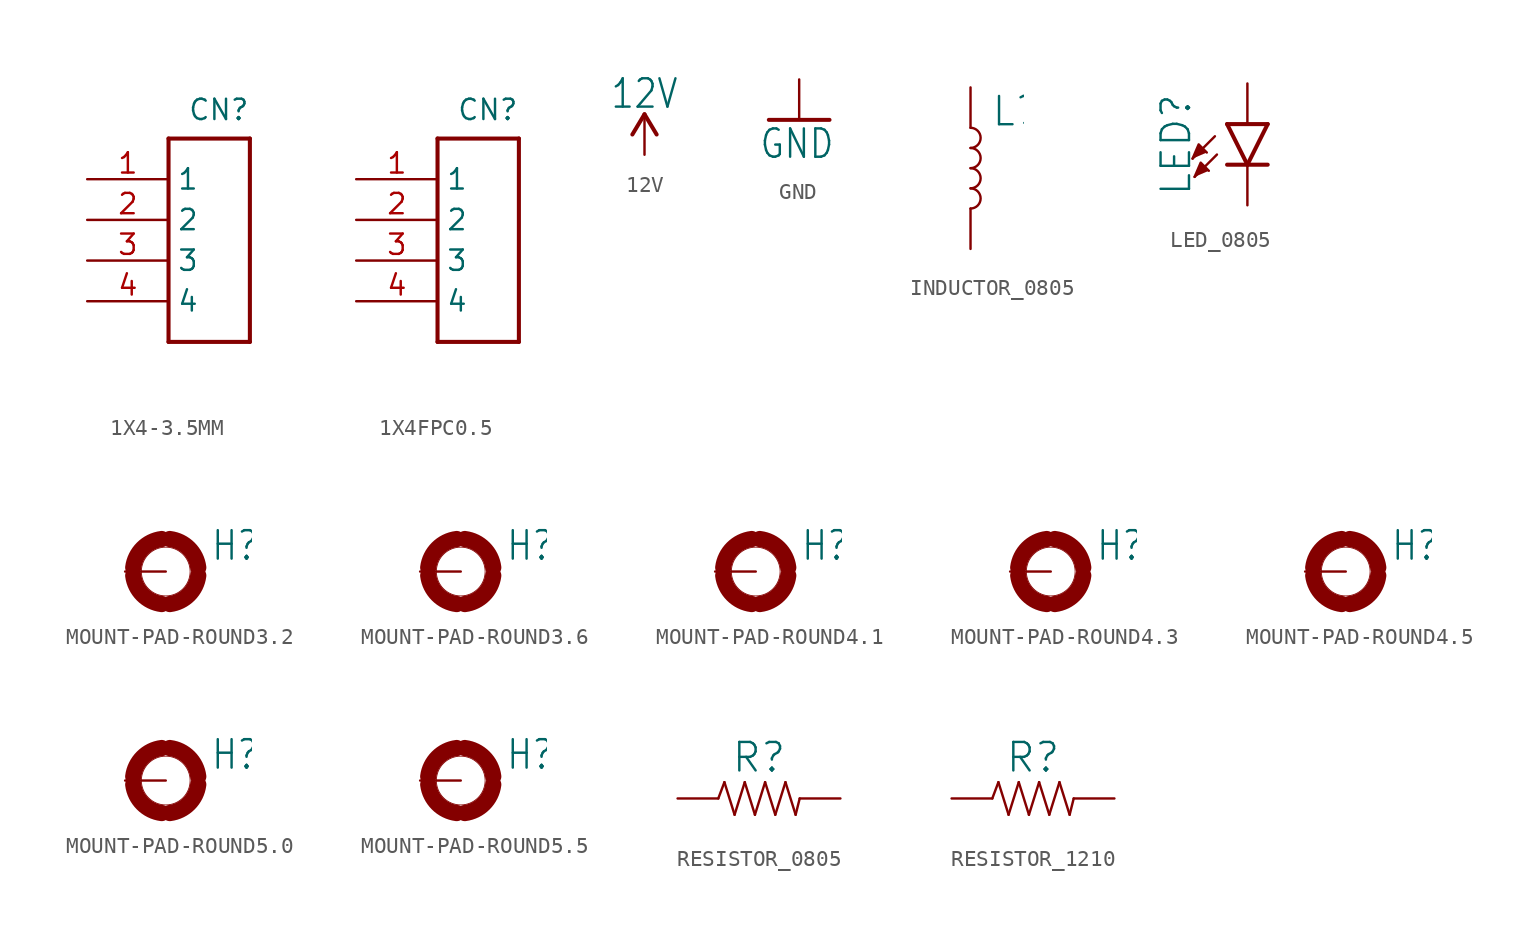
<source format=kicad_sym>
(kicad_symbol_lib
  (version 20220914)
  (generator kicad_symbol_editor)
  (symbol "1X4-3.5MM"
    (property "Reference" "CN"
      (at 5.08 7.62 0)
      (effects (font (size 1.27 1.27)) (justify right top)))
    (property "Value" ""
      (at 0 -10.16 0)
      (effects (font (size 1.27 1.27)) (justify left bottom)))
    (property "ki_locked" ""
      (at 0 0 0)
      (effects (font (size 1.27 1.27))))
    (symbol "1X4-3.5MM_1_0"
      (polyline (pts (xy 0 -7.62) (xy 0 5.08)) (stroke (width 0.254) (type solid)) (fill (type none)))
      (polyline (pts (xy 0 5.08) (xy 5.08 5.08)) (stroke (width 0.254) (type solid)) (fill (type none)))
      (polyline (pts (xy 5.08 -7.62) (xy 0 -7.62)) (stroke (width 0.254) (type solid)) (fill (type none)))
      (polyline (pts (xy 5.08 5.08) (xy 5.08 -7.62)) (stroke (width 0.254) (type solid)) (fill (type none)))
      (pin bidirectional line (at -5.08 2.54 0) (length 5.08) (name "1" (effects (font (size 1.27 1.27)))) (number "1" (effects (font (size 1.27 1.27)))))
      (pin bidirectional line (at -5.08 0 0) (length 5.08) (name "2" (effects (font (size 1.27 1.27)))) (number "2" (effects (font (size 1.27 1.27)))))
      (pin bidirectional line (at -5.08 -2.54 0) (length 5.08) (name "3" (effects (font (size 1.27 1.27)))) (number "3" (effects (font (size 1.27 1.27)))))
      (pin bidirectional line (at -5.08 -5.08 0) (length 5.08) (name "4" (effects (font (size 1.27 1.27)))) (number "4" (effects (font (size 1.27 1.27)))))))
  (symbol "1X4FPC0.5"
    (property "Reference" "CN"
      (at 5.08 7.62 0)
      (effects (font (size 1.27 1.27)) (justify right top)))
    (property "Value" ""
      (at 0 -10.16 0)
      (effects (font (size 1.27 1.27)) (justify left bottom)))
    (property "ki_locked" ""
      (at 0 0 0)
      (effects (font (size 1.27 1.27))))
    (symbol "1X4FPC0.5_1_0"
      (polyline (pts (xy 0 -7.62) (xy 0 5.08)) (stroke (width 0.254) (type solid)) (fill (type none)))
      (polyline (pts (xy 0 5.08) (xy 5.08 5.08)) (stroke (width 0.254) (type solid)) (fill (type none)))
      (polyline (pts (xy 5.08 -7.62) (xy 0 -7.62)) (stroke (width 0.254) (type solid)) (fill (type none)))
      (polyline (pts (xy 5.08 5.08) (xy 5.08 -7.62)) (stroke (width 0.254) (type solid)) (fill (type none)))
      (pin bidirectional line (at -5.08 2.54 0) (length 5.08) (name "1" (effects (font (size 1.27 1.27)))) (number "1" (effects (font (size 1.27 1.27)))))
      (pin bidirectional line (at -5.08 0 0) (length 5.08) (name "2" (effects (font (size 1.27 1.27)))) (number "2" (effects (font (size 1.27 1.27)))))
      (pin bidirectional line (at -5.08 -2.54 0) (length 5.08) (name "3" (effects (font (size 1.27 1.27)))) (number "3" (effects (font (size 1.27 1.27)))))
      (pin bidirectional line (at -5.08 -5.08 0) (length 5.08) (name "4" (effects (font (size 1.27 1.27)))) (number "4" (effects (font (size 1.27 1.27)))))))
  (symbol "12V"
    (power)
    (property "Reference" "#SUPPLY"
      (at 0 0 0)
      (effects (font (size 1.27 1.27)) hide))
    (property "Value" "12V"
      (at 0 2.794 0)
      (effects (font (size 1.778 1.511)) (justify bottom)))
    (property "ki_locked" ""
      (at 0 0 0)
      (effects (font (size 1.27 1.27))))
    (symbol "12V_1_0"
      (polyline (pts (xy 0 2.54) (xy -0.762 1.27)) (stroke (width 0.254) (type solid)) (fill (type none)))
      (polyline (pts (xy 0.762 1.27) (xy 0 2.54)) (stroke (width 0.254) (type solid)) (fill (type none)))
      (pin power_in line (at 0 0 90) (length 2.54) (name "12V" (effects (font (size 0 0)))) (number "1" (effects (font (size 0 0)))))))
  (symbol "GND"
    (power)
    (property "Reference" "#GND"
      (at 0 0 0)
      (effects (font (size 1.27 1.27)) hide))
    (property "Value" "GND"
      (at -2.54 -2.54 0)
      (effects (font (size 1.778 1.511)) (justify left bottom)))
    (property "ki_locked" ""
      (at 0 0 0)
      (effects (font (size 1.27 1.27))))
    (symbol "GND_1_0"
      (polyline (pts (xy -1.905 0) (xy 1.905 0)) (stroke (width 0.254) (type solid)) (fill (type none)))
      (pin power_in line (at 0 2.54 270) (length 2.54) (name "GND" (effects (font (size 0 0)))) (number "1" (effects (font (size 0 0)))))))
  (symbol "INDUCTOR_0805"
    (property "Reference" "L"
      (at 1.27 2.54 0)
      (effects (font (size 1.778 1.778)) (justify left bottom)))
    (property "Value" ""
      (at 1.27 -2.54 0)
      (effects (font (size 1.778 1.778)) (justify left top)))
    (property "ki_locked" ""
      (at 0 0 0)
      (effects (font (size 1.27 1.27))))
    (symbol "INDUCTOR_0805_1_0"
      (arc (start 0 -2.54) (mid 0.635 -1.905) (end 0 -1.27) (stroke (width 0.1524) (type solid)) (fill (type none)))
      (arc (start 0 -1.27) (mid 0.635 -0.635) (end 0 0) (stroke (width 0.1524) (type solid)) (fill (type none)))
      (arc (start 0 0) (mid 0.635 0.635) (end 0 1.27) (stroke (width 0.1524) (type solid)) (fill (type none)))
      (arc (start 0 1.27) (mid 0.635 1.905) (end 0 2.54) (stroke (width 0.1524) (type solid)) (fill (type none)))
      (pin passive line (at 0 5.08 270) (length 2.54) (name "1" (effects (font (size 0 0)))) (number "1" (effects (font (size 0 0)))))
      (pin passive line (at 0 -5.08 90) (length 2.54) (name "2" (effects (font (size 0 0)))) (number "2" (effects (font (size 0 0)))))))
  (symbol "LED_0805"
    (property "Reference" "LED"
      (at -3.429 -4.572 90)
      (effects (font (size 1.778 1.778)) (justify left bottom)))
    (property "Value" ""
      (at 1.905 -4.572 90)
      (effects (font (size 1.778 1.778)) (justify left top)))
    (property "ki_locked" ""
      (at 0 0 0)
      (effects (font (size 1.27 1.27))))
    (symbol "LED_0805_1_0"
      (polyline (pts (xy -2.032 -0.762) (xy -3.429 -2.159)) (stroke (width 0.152) (type solid)) (fill (type none)))
      (polyline (pts (xy -1.905 -1.905) (xy -3.302 -3.302)) (stroke (width 0.152) (type solid)) (fill (type none)))
      (polyline (pts (xy 0 -2.54) (xy -1.27 -2.54)) (stroke (width 0.254) (type solid)) (fill (type none)))
      (polyline (pts (xy 0 -2.54) (xy -1.27 0)) (stroke (width 0.254) (type solid)) (fill (type none)))
      (polyline (pts (xy 1.27 -2.54) (xy 0 -2.54)) (stroke (width 0.254) (type solid)) (fill (type none)))
      (polyline (pts (xy 1.27 0) (xy -1.27 0)) (stroke (width 0.254) (type solid)) (fill (type none)))
      (polyline (pts (xy 1.27 0) (xy 0 -2.54)) (stroke (width 0.254) (type solid)) (fill (type none)))
      (polyline (pts (xy -3.429 -2.159) (xy -3.048 -1.27) (xy -2.54 -1.778)) (stroke (width 0.152) (type solid)) (fill (type outline)))
      (polyline (pts (xy -3.302 -3.302) (xy -2.921 -2.413) (xy -2.413 -2.921)) (stroke (width 0.152) (type solid)) (fill (type outline)))
      (pin passive line (at 0 2.54 270) (length 2.54) (name "A" (effects (font (size 0 0)))) (number "1" (effects (font (size 0 0)))))
      (pin passive line (at 0 -5.08 90) (length 2.54) (name "C" (effects (font (size 0 0)))) (number "2" (effects (font (size 0 0)))))))
  (symbol "MOUNT-PAD-ROUND3.2"
    (property "Reference" "H"
      (at 2.794 0.584 0)
      (effects (font (size 1.778 1.511)) (justify left bottom)))
    (property "Value" ""
      (at 2.794 -2.464 0)
      (effects (font (size 1.778 1.511)) (justify left bottom)))
    (property "ki_locked" ""
      (at 0 0 0)
      (effects (font (size 1.27 1.27))))
    (symbol "MOUNT-PAD-ROUND3.2_1_0"
      (arc (start -2.032 -0.254) (mid -1.448 -1.448) (end -0.254 -2.032) (stroke (width 1.016) (type solid)) (fill (type none)))
      (arc (start -0.254 2.032) (mid -1.448 1.448) (end -2.032 0.254) (stroke (width 1.016) (type solid)) (fill (type none)))
      (circle (center 0 0) (radius 1.524) (stroke (width 0.051) (type solid)) (fill (type none)))
      (arc (start 0.254 -2.032) (mid 1.448 -1.448) (end 2.032 -0.254) (stroke (width 1.016) (type solid)) (fill (type none)))
      (arc (start 2.032 0.254) (mid 1.448 1.448) (end 0.254 2.032) (stroke (width 1.016) (type solid)) (fill (type none)))
      (pin passive line (at -2.54 0 0) (length 2.54) (name "MOUNT" (effects (font (size 0 0)))) (number "B3,2" (effects (font (size 0 0)))))))
  (symbol "MOUNT-PAD-ROUND3.6"
    (property "Reference" "H"
      (at 2.794 0.584 0)
      (effects (font (size 1.778 1.511)) (justify left bottom)))
    (property "Value" ""
      (at 2.794 -2.464 0)
      (effects (font (size 1.778 1.511)) (justify left bottom)))
    (property "ki_locked" ""
      (at 0 0 0)
      (effects (font (size 1.27 1.27))))
    (symbol "MOUNT-PAD-ROUND3.6_1_0"
      (arc (start -2.032 -0.254) (mid -1.448 -1.448) (end -0.254 -2.032) (stroke (width 1.016) (type solid)) (fill (type none)))
      (arc (start -0.254 2.032) (mid -1.448 1.448) (end -2.032 0.254) (stroke (width 1.016) (type solid)) (fill (type none)))
      (circle (center 0 0) (radius 1.524) (stroke (width 0.051) (type solid)) (fill (type none)))
      (arc (start 0.254 -2.032) (mid 1.448 -1.448) (end 2.032 -0.254) (stroke (width 1.016) (type solid)) (fill (type none)))
      (arc (start 2.032 0.254) (mid 1.448 1.448) (end 0.254 2.032) (stroke (width 1.016) (type solid)) (fill (type none)))
      (pin passive line (at -2.54 0 0) (length 2.54) (name "MOUNT" (effects (font (size 0 0)))) (number "B3,6" (effects (font (size 0 0)))))))
  (symbol "MOUNT-PAD-ROUND4.1"
    (property "Reference" "H"
      (at 2.794 0.584 0)
      (effects (font (size 1.778 1.511)) (justify left bottom)))
    (property "Value" ""
      (at 2.794 -2.464 0)
      (effects (font (size 1.778 1.511)) (justify left bottom)))
    (property "ki_locked" ""
      (at 0 0 0)
      (effects (font (size 1.27 1.27))))
    (symbol "MOUNT-PAD-ROUND4.1_1_0"
      (arc (start -2.032 -0.254) (mid -1.448 -1.448) (end -0.254 -2.032) (stroke (width 1.016) (type solid)) (fill (type none)))
      (arc (start -0.254 2.032) (mid -1.448 1.448) (end -2.032 0.254) (stroke (width 1.016) (type solid)) (fill (type none)))
      (circle (center 0 0) (radius 1.524) (stroke (width 0.051) (type solid)) (fill (type none)))
      (arc (start 0.254 -2.032) (mid 1.448 -1.448) (end 2.032 -0.254) (stroke (width 1.016) (type solid)) (fill (type none)))
      (arc (start 2.032 0.254) (mid 1.448 1.448) (end 0.254 2.032) (stroke (width 1.016) (type solid)) (fill (type none)))
      (pin passive line (at -2.54 0 0) (length 2.54) (name "MOUNT" (effects (font (size 0 0)))) (number "B4,1" (effects (font (size 0 0)))))))
  (symbol "MOUNT-PAD-ROUND4.3"
    (property "Reference" "H"
      (at 2.794 0.584 0)
      (effects (font (size 1.778 1.511)) (justify left bottom)))
    (property "Value" ""
      (at 2.794 -2.464 0)
      (effects (font (size 1.778 1.511)) (justify left bottom)))
    (property "ki_locked" ""
      (at 0 0 0)
      (effects (font (size 1.27 1.27))))
    (symbol "MOUNT-PAD-ROUND4.3_1_0"
      (arc (start -2.032 -0.254) (mid -1.448 -1.448) (end -0.254 -2.032) (stroke (width 1.016) (type solid)) (fill (type none)))
      (arc (start -0.254 2.032) (mid -1.448 1.448) (end -2.032 0.254) (stroke (width 1.016) (type solid)) (fill (type none)))
      (circle (center 0 0) (radius 1.524) (stroke (width 0.051) (type solid)) (fill (type none)))
      (arc (start 0.254 -2.032) (mid 1.448 -1.448) (end 2.032 -0.254) (stroke (width 1.016) (type solid)) (fill (type none)))
      (arc (start 2.032 0.254) (mid 1.448 1.448) (end 0.254 2.032) (stroke (width 1.016) (type solid)) (fill (type none)))
      (pin passive line (at -2.54 0 0) (length 2.54) (name "MOUNT" (effects (font (size 0 0)))) (number "B4,3" (effects (font (size 0 0)))))))
  (symbol "MOUNT-PAD-ROUND4.5"
    (property "Reference" "H"
      (at 2.794 0.584 0)
      (effects (font (size 1.778 1.511)) (justify left bottom)))
    (property "Value" ""
      (at 2.794 -2.464 0)
      (effects (font (size 1.778 1.511)) (justify left bottom)))
    (property "ki_locked" ""
      (at 0 0 0)
      (effects (font (size 1.27 1.27))))
    (symbol "MOUNT-PAD-ROUND4.5_1_0"
      (arc (start -2.032 -0.254) (mid -1.448 -1.448) (end -0.254 -2.032) (stroke (width 1.016) (type solid)) (fill (type none)))
      (arc (start -0.254 2.032) (mid -1.448 1.448) (end -2.032 0.254) (stroke (width 1.016) (type solid)) (fill (type none)))
      (circle (center 0 0) (radius 1.524) (stroke (width 0.051) (type solid)) (fill (type none)))
      (arc (start 0.254 -2.032) (mid 1.448 -1.448) (end 2.032 -0.254) (stroke (width 1.016) (type solid)) (fill (type none)))
      (arc (start 2.032 0.254) (mid 1.448 1.448) (end 0.254 2.032) (stroke (width 1.016) (type solid)) (fill (type none)))
      (pin passive line (at -2.54 0 0) (length 2.54) (name "MOUNT" (effects (font (size 0 0)))) (number "B4,5" (effects (font (size 0 0)))))))
  (symbol "MOUNT-PAD-ROUND5.0"
    (property "Reference" "H"
      (at 2.794 0.584 0)
      (effects (font (size 1.778 1.511)) (justify left bottom)))
    (property "Value" ""
      (at 2.794 -2.464 0)
      (effects (font (size 1.778 1.511)) (justify left bottom)))
    (property "ki_locked" ""
      (at 0 0 0)
      (effects (font (size 1.27 1.27))))
    (symbol "MOUNT-PAD-ROUND5.0_1_0"
      (arc (start -2.032 -0.254) (mid -1.448 -1.448) (end -0.254 -2.032) (stroke (width 1.016) (type solid)) (fill (type none)))
      (arc (start -0.254 2.032) (mid -1.448 1.448) (end -2.032 0.254) (stroke (width 1.016) (type solid)) (fill (type none)))
      (circle (center 0 0) (radius 1.524) (stroke (width 0.051) (type solid)) (fill (type none)))
      (arc (start 0.254 -2.032) (mid 1.448 -1.448) (end 2.032 -0.254) (stroke (width 1.016) (type solid)) (fill (type none)))
      (arc (start 2.032 0.254) (mid 1.448 1.448) (end 0.254 2.032) (stroke (width 1.016) (type solid)) (fill (type none)))
      (pin passive line (at -2.54 0 0) (length 2.54) (name "MOUNT" (effects (font (size 0 0)))) (number "B5" (effects (font (size 0 0)))))))
  (symbol "MOUNT-PAD-ROUND5.5"
    (property "Reference" "H"
      (at 2.794 0.584 0)
      (effects (font (size 1.778 1.511)) (justify left bottom)))
    (property "Value" ""
      (at 2.794 -2.464 0)
      (effects (font (size 1.778 1.511)) (justify left bottom)))
    (property "ki_locked" ""
      (at 0 0 0)
      (effects (font (size 1.27 1.27))))
    (symbol "MOUNT-PAD-ROUND5.5_1_0"
      (arc (start -2.032 -0.254) (mid -1.448 -1.448) (end -0.254 -2.032) (stroke (width 1.016) (type solid)) (fill (type none)))
      (arc (start -0.254 2.032) (mid -1.448 1.448) (end -2.032 0.254) (stroke (width 1.016) (type solid)) (fill (type none)))
      (circle (center 0 0) (radius 1.524) (stroke (width 0.051) (type solid)) (fill (type none)))
      (arc (start 0.254 -2.032) (mid 1.448 -1.448) (end 2.032 -0.254) (stroke (width 1.016) (type solid)) (fill (type none)))
      (arc (start 2.032 0.254) (mid 1.448 1.448) (end 0.254 2.032) (stroke (width 1.016) (type solid)) (fill (type none)))
      (pin passive line (at -2.54 0 0) (length 2.54) (name "MOUNT" (effects (font (size 0 0)))) (number "B5,5" (effects (font (size 0 0)))))))
  (symbol "RESISTOR_0805"
    (property "Reference" "R"
      (at 0 1.524 0)
      (effects (font (size 1.778 1.778)) (justify bottom)))
    (property "Value" ""
      (at 0 -1.524 0)
      (effects (font (size 1.778 1.778)) (justify top)))
    (property "ki_locked" ""
      (at 0 0 0)
      (effects (font (size 1.27 1.27))))
    (symbol "RESISTOR_0805_1_0"
      (polyline (pts (xy -2.54 0) (xy -2.159 1.016)) (stroke (width 0.152) (type solid)) (fill (type none)))
      (polyline (pts (xy -2.159 1.016) (xy -1.524 -1.016)) (stroke (width 0.152) (type solid)) (fill (type none)))
      (polyline (pts (xy -1.524 -1.016) (xy -0.889 1.016)) (stroke (width 0.152) (type solid)) (fill (type none)))
      (polyline (pts (xy -0.889 1.016) (xy -0.254 -1.016)) (stroke (width 0.152) (type solid)) (fill (type none)))
      (polyline (pts (xy -0.254 -1.016) (xy 0.381 1.016)) (stroke (width 0.152) (type solid)) (fill (type none)))
      (polyline (pts (xy 0.381 1.016) (xy 1.016 -1.016)) (stroke (width 0.152) (type solid)) (fill (type none)))
      (polyline (pts (xy 1.016 -1.016) (xy 1.651 1.016)) (stroke (width 0.152) (type solid)) (fill (type none)))
      (polyline (pts (xy 1.651 1.016) (xy 2.286 -1.016)) (stroke (width 0.152) (type solid)) (fill (type none)))
      (polyline (pts (xy 2.286 -1.016) (xy 2.54 0)) (stroke (width 0.152) (type solid)) (fill (type none)))
      (pin passive line (at -5.08 0 0) (length 2.54) (name "1" (effects (font (size 0 0)))) (number "1" (effects (font (size 0 0)))))
      (pin passive line (at 5.08 0 180) (length 2.54) (name "2" (effects (font (size 0 0)))) (number "2" (effects (font (size 0 0)))))))
  (symbol "RESISTOR_1210"
    (property "Reference" "R"
      (at 0 1.524 0)
      (effects (font (size 1.778 1.778)) (justify bottom)))
    (property "Value" ""
      (at 0 -1.524 0)
      (effects (font (size 1.778 1.778)) (justify top)))
    (property "ki_locked" ""
      (at 0 0 0)
      (effects (font (size 1.27 1.27))))
    (symbol "RESISTOR_1210_1_0"
      (polyline (pts (xy -2.54 0) (xy -2.159 1.016)) (stroke (width 0.152) (type solid)) (fill (type none)))
      (polyline (pts (xy -2.159 1.016) (xy -1.524 -1.016)) (stroke (width 0.152) (type solid)) (fill (type none)))
      (polyline (pts (xy -1.524 -1.016) (xy -0.889 1.016)) (stroke (width 0.152) (type solid)) (fill (type none)))
      (polyline (pts (xy -0.889 1.016) (xy -0.254 -1.016)) (stroke (width 0.152) (type solid)) (fill (type none)))
      (polyline (pts (xy -0.254 -1.016) (xy 0.381 1.016)) (stroke (width 0.152) (type solid)) (fill (type none)))
      (polyline (pts (xy 0.381 1.016) (xy 1.016 -1.016)) (stroke (width 0.152) (type solid)) (fill (type none)))
      (polyline (pts (xy 1.016 -1.016) (xy 1.651 1.016)) (stroke (width 0.152) (type solid)) (fill (type none)))
      (polyline (pts (xy 1.651 1.016) (xy 2.286 -1.016)) (stroke (width 0.152) (type solid)) (fill (type none)))
      (polyline (pts (xy 2.286 -1.016) (xy 2.54 0)) (stroke (width 0.152) (type solid)) (fill (type none)))
      (pin passive line (at -5.08 0 0) (length 2.54) (name "1" (effects (font (size 0 0)))) (number "1" (effects (font (size 0 0)))))
      (pin passive line (at 5.08 0 180) (length 2.54) (name "2" (effects (font (size 0 0)))) (number "2" (effects (font (size 0 0))))))))
</source>
